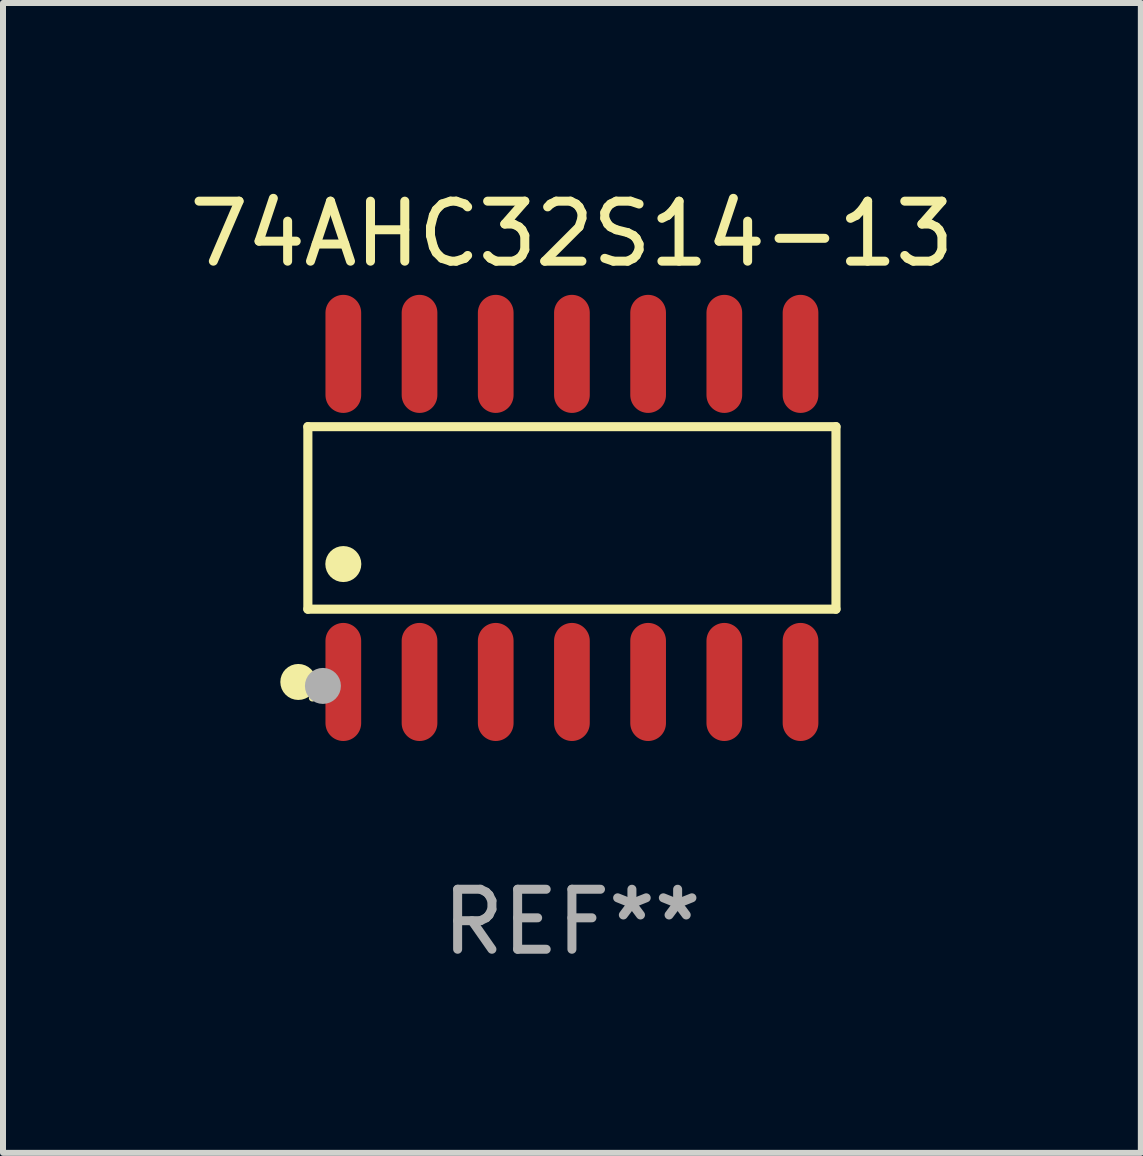
<source format=kicad_pcb>
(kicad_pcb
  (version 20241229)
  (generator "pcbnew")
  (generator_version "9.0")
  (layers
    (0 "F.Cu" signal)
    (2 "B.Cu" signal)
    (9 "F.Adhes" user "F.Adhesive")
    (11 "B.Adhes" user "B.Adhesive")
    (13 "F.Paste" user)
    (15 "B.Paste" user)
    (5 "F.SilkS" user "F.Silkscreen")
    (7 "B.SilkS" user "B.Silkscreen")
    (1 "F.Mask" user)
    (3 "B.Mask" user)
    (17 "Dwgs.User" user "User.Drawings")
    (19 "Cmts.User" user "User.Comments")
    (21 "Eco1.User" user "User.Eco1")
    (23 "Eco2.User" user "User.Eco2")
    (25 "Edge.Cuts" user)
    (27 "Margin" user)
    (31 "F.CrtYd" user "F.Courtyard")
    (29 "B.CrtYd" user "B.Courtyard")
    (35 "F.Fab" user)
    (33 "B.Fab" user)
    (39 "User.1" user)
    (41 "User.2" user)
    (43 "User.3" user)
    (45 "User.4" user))
  (footprint "74AHC32S14-13"
    (layer "F.Cu")
    (at 6.482 5.582)
    (property "Reference" "74AHC32S14-13" (at 0 -4.734 0) (layer "F.SilkS") (effects (font (size 1 1) (thickness 0.15))))
    (attr through_hole)
    (fp_line (start -4.401 -1.521) (end 4.401 -1.521) (stroke (width 0.152) (type solid)) (layer "F.SilkS"))
    (fp_line (start -4.401 1.521) (end -4.401 -1.521) (stroke (width 0.152) (type solid)) (layer "F.SilkS"))
    (fp_line (start 4.401 -1.521) (end 4.401 1.521) (stroke (width 0.152) (type solid)) (layer "F.SilkS"))
    (fp_line (start 4.401 1.521) (end -4.401 1.521) (stroke (width 0.152) (type solid)) (layer "F.SilkS"))
    (fp_circle (center -4.56 2.734) (end -4.41 2.734) (stroke (width 0.3) (type solid)) (fill no) (layer "F.SilkS"))
    (fp_circle (center -4.325 3) (end -4.295 3) (stroke (width 0.06) (type solid)) (fill no) (layer "F.SilkS"))
    (fp_circle (center -3.81 0.769) (end -3.66 0.769) (stroke (width 0.3) (type solid)) (fill no) (layer "F.SilkS"))
    (fp_circle (center -4.15 2.8) (end -4 2.8) (stroke (width 0.3) (type solid)) (fill no) (layer "F.Fab"))
    (fp_text user "REF**" (at 0 6.734 0) (layer "F.Fab") (effects (font (size 1 1) (thickness 0.15))))
    (pad "1" smd oval (at -3.81 2.734) (size 0.595 1.968) (layers "F.Cu" "F.Mask" "F.Paste"))
    (pad "2" smd oval (at -2.54 2.734) (size 0.595 1.968) (layers "F.Cu" "F.Mask" "F.Paste"))
    (pad "3" smd oval (at -1.27 2.734) (size 0.595 1.968) (layers "F.Cu" "F.Mask" "F.Paste"))
    (pad "4" smd oval (at 0 2.734) (size 0.595 1.968) (layers "F.Cu" "F.Mask" "F.Paste"))
    (pad "5" smd oval (at 1.27 2.734) (size 0.595 1.968) (layers "F.Cu" "F.Mask" "F.Paste"))
    (pad "6" smd oval (at 2.54 2.734) (size 0.595 1.968) (layers "F.Cu" "F.Mask" "F.Paste"))
    (pad "7" smd oval (at 3.81 2.734) (size 0.595 1.968) (layers "F.Cu" "F.Mask" "F.Paste"))
    (pad "8" smd oval (at 3.81 -2.734) (size 0.595 1.968) (layers "F.Cu" "F.Mask" "F.Paste"))
    (pad "9" smd oval (at 2.54 -2.734) (size 0.595 1.968) (layers "F.Cu" "F.Mask" "F.Paste"))
    (pad "10" smd oval (at 1.27 -2.734) (size 0.595 1.968) (layers "F.Cu" "F.Mask" "F.Paste"))
    (pad "11" smd oval (at 0 -2.734) (size 0.595 1.968) (layers "F.Cu" "F.Mask" "F.Paste"))
    (pad "12" smd oval (at -1.27 -2.734) (size 0.595 1.968) (layers "F.Cu" "F.Mask" "F.Paste"))
    (pad "13" smd oval (at -2.54 -2.734) (size 0.595 1.968) (layers "F.Cu" "F.Mask" "F.Paste"))
    (pad "14" smd oval (at -3.81 -2.734) (size 0.595 1.968) (layers "F.Cu" "F.Mask" "F.Paste")))
  (gr_rect
    (start -3 -3)
    (end 15.964 16.164)
    (stroke (width 0.1) (type default))
    (fill no)
    (layer "Edge.Cuts")))
</source>
